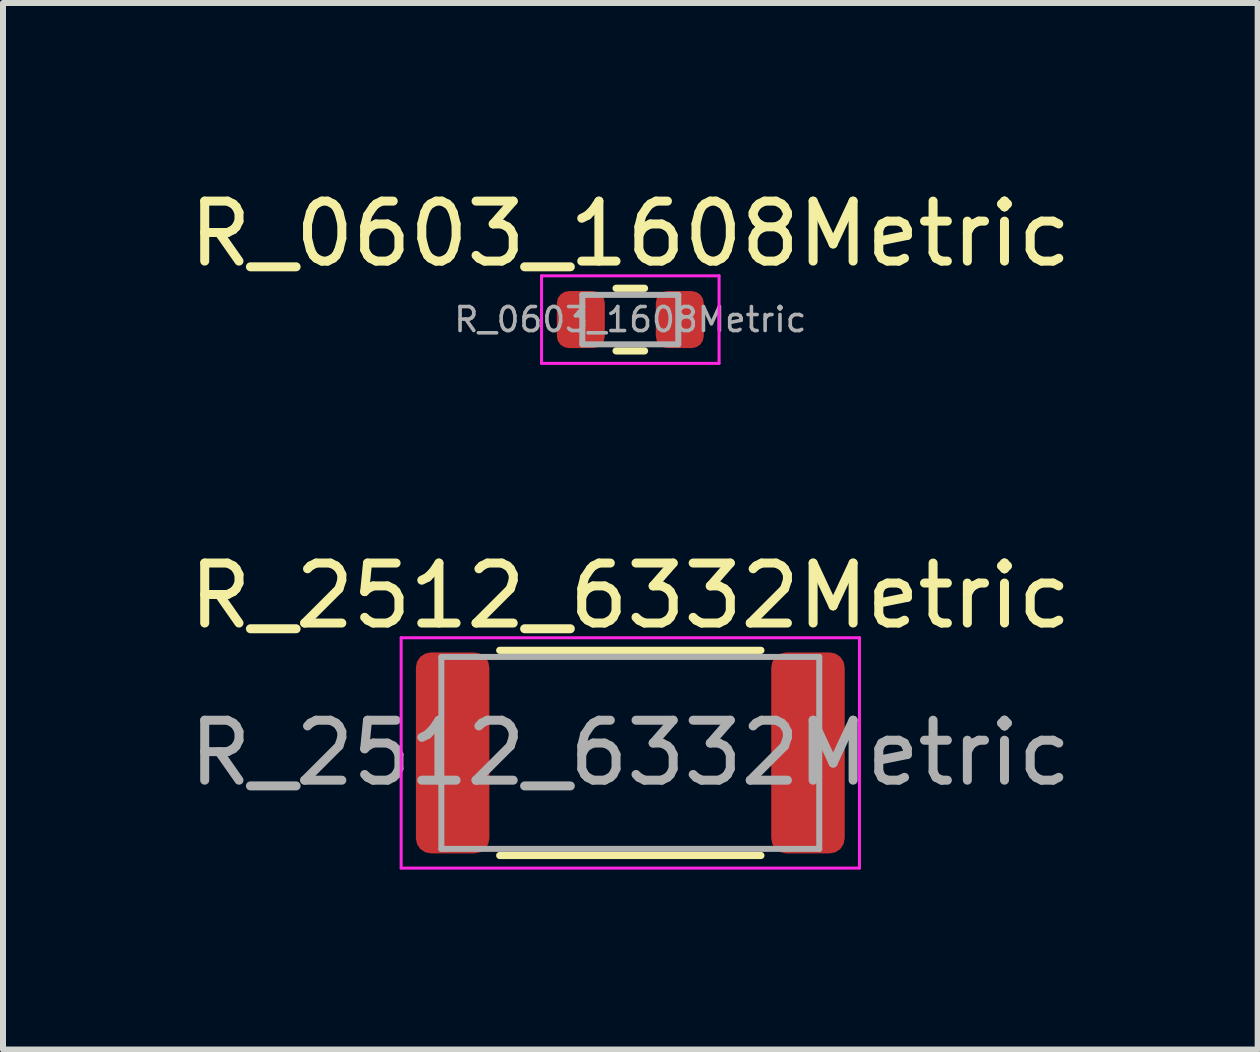
<source format=kicad_pcb>
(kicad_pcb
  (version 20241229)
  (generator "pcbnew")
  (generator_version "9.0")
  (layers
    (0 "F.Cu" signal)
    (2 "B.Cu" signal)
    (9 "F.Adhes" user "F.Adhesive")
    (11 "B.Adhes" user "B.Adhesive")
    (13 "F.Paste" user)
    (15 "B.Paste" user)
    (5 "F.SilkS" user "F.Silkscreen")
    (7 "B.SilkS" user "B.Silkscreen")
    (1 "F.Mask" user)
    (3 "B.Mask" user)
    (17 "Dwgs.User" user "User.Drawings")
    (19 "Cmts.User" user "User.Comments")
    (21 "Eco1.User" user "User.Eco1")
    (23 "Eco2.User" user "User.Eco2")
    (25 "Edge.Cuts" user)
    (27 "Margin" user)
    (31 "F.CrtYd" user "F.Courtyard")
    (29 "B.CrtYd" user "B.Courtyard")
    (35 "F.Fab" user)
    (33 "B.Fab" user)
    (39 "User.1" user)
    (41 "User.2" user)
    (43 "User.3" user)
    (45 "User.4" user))
  (footprint "R_2512_6332Metric"
    (layer "F.Cu")
    (at 7.458 9.502)
    (property "Reference" "R_2512_6332Metric" (at 0 -2.62 0) (layer "F.SilkS") (effects (font (size 1 1) (thickness 0.15))))
    (attr smd)
    (fp_line (start -2.177 -1.71) (end 2.177 -1.71) (stroke (width 0.12) (type solid)) (layer "F.SilkS"))
    (fp_line (start -2.177 1.71) (end 2.177 1.71) (stroke (width 0.12) (type solid)) (layer "F.SilkS"))
    (fp_line (start -3.82 -1.92) (end 3.82 -1.92) (stroke (width 0.05) (type solid)) (layer "F.CrtYd"))
    (fp_line (start -3.82 1.92) (end -3.82 -1.92) (stroke (width 0.05) (type solid)) (layer "F.CrtYd"))
    (fp_line (start 3.82 -1.92) (end 3.82 1.92) (stroke (width 0.05) (type solid)) (layer "F.CrtYd"))
    (fp_line (start 3.82 1.92) (end -3.82 1.92) (stroke (width 0.05) (type solid)) (layer "F.CrtYd"))
    (fp_line (start -3.15 -1.6) (end 3.15 -1.6) (stroke (width 0.1) (type solid)) (layer "F.Fab"))
    (fp_line (start -3.15 1.6) (end -3.15 -1.6) (stroke (width 0.1) (type solid)) (layer "F.Fab"))
    (fp_line (start 3.15 -1.6) (end 3.15 1.6) (stroke (width 0.1) (type solid)) (layer "F.Fab"))
    (fp_line (start 3.15 1.6) (end -3.15 1.6) (stroke (width 0.1) (type solid)) (layer "F.Fab"))
    (fp_text user "${REFERENCE}" (at 0 0 0) (layer "F.Fab") (effects (font (size 1 1) (thickness 0.15))))
    (pad "1" smd roundrect (at -2.962 0) (size 1.225 3.35) (layers "F.Cu" "F.Mask" "F.Paste") (roundrect_rratio 0.204))
    (pad "2" smd roundrect (at 2.962 0) (size 1.225 3.35) (layers "F.Cu" "F.Mask" "F.Paste") (roundrect_rratio 0.204)))
  (footprint "R_0603_1608Metric"
    (layer "F.Cu")
    (at 7.458 2.278)
    (property "Reference" "R_0603_1608Metric" (at 0 -1.43 0) (layer "F.SilkS") (effects (font (size 1 1) (thickness 0.15))))
    (attr smd)
    (fp_line (start -0.237 -0.522) (end 0.237 -0.522) (stroke (width 0.12) (type solid)) (layer "F.SilkS"))
    (fp_line (start -0.237 0.522) (end 0.237 0.522) (stroke (width 0.12) (type solid)) (layer "F.SilkS"))
    (fp_line (start -1.48 -0.73) (end 1.48 -0.73) (stroke (width 0.05) (type solid)) (layer "F.CrtYd"))
    (fp_line (start -1.48 0.73) (end -1.48 -0.73) (stroke (width 0.05) (type solid)) (layer "F.CrtYd"))
    (fp_line (start 1.48 -0.73) (end 1.48 0.73) (stroke (width 0.05) (type solid)) (layer "F.CrtYd"))
    (fp_line (start 1.48 0.73) (end -1.48 0.73) (stroke (width 0.05) (type solid)) (layer "F.CrtYd"))
    (fp_line (start -0.8 -0.412) (end 0.8 -0.412) (stroke (width 0.1) (type solid)) (layer "F.Fab"))
    (fp_line (start -0.8 0.412) (end -0.8 -0.412) (stroke (width 0.1) (type solid)) (layer "F.Fab"))
    (fp_line (start 0.8 -0.412) (end 0.8 0.412) (stroke (width 0.1) (type solid)) (layer "F.Fab"))
    (fp_line (start 0.8 0.412) (end -0.8 0.412) (stroke (width 0.1) (type solid)) (layer "F.Fab"))
    (fp_text user "${REFERENCE}" (at 0 0 0) (layer "F.Fab") (effects (font (size 0.4 0.4) (thickness 0.06))))
    (pad "1" smd roundrect (at -0.825 0) (size 0.8 0.95) (layers "F.Cu" "F.Mask" "F.Paste") (roundrect_rratio 0.25))
    (pad "2" smd roundrect (at 0.825 0) (size 0.8 0.95) (layers "F.Cu" "F.Mask" "F.Paste") (roundrect_rratio 0.25)))
  (gr_rect
    (start -3 -3)
    (end 17.917 14.447)
    (stroke (width 0.1) (type default))
    (fill no)
    (layer "Edge.Cuts")))
</source>
